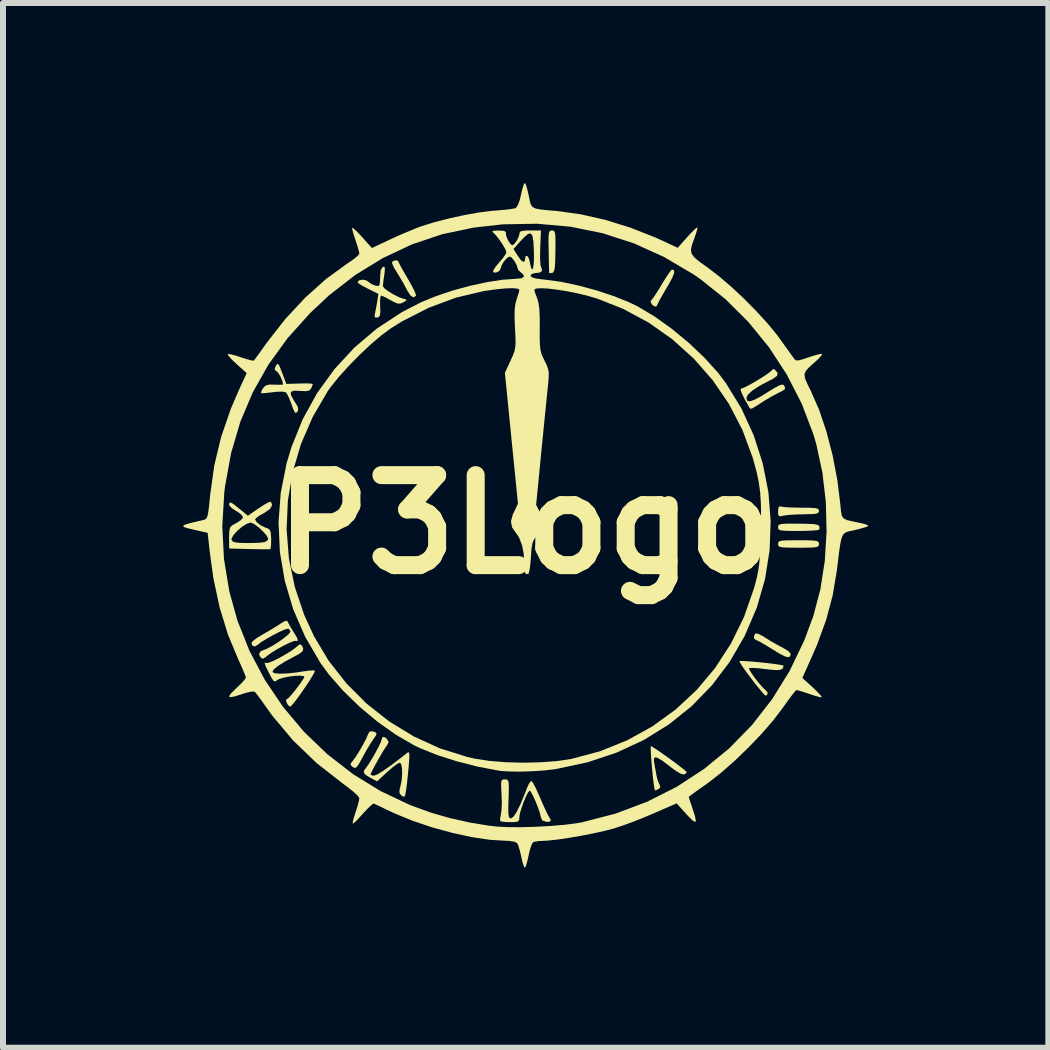
<source format=kicad_pcb>
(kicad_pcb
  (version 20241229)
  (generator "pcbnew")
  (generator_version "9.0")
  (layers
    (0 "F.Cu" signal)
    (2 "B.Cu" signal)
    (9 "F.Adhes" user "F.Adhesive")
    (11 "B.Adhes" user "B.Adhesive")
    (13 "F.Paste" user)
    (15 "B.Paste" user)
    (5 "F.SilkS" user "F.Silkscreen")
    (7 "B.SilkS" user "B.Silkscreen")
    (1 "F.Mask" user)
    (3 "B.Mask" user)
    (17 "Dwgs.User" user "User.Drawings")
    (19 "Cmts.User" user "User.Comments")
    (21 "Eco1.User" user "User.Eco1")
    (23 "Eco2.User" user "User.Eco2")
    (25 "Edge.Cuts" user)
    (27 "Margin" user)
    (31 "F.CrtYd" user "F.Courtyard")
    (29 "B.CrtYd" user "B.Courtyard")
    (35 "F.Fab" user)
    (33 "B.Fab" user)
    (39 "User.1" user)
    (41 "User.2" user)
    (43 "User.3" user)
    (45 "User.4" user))
  (footprint "P3Logo"
    (layer "F.Cu")
    (at 5.7 5.691)
    (property "Reference" "P3Logo" (at 0 0 0) (layer "F.SilkS") (effects (font (size 1.5 1.5) (thickness 0.3))))
    (attr board_only exclude_from_pos_files exclude_from_bom)
    (fp_poly (pts (xy 3.883 1.822) (xy 3.954 1.856) (xy 4.006 1.888) (xy 4.12 1.959) (xy 4.247 2.029) (xy 4.289 2.05) (xy 4.379 2.103) (xy 4.425 2.15) (xy 4.428 2.167) (xy 4.413 2.203) (xy 4.381 2.213) (xy 4.322 2.195) (xy 4.229 2.145) (xy 4.115 2.075) (xy 4.005 2.008) (xy 3.915 1.956) (xy 3.856 1.927) (xy 3.843 1.923) (xy 3.818 1.9) (xy 3.819 1.853) (xy 3.843 1.816)) (stroke (width 0) (type solid)) (fill yes) (layer "F.SilkS"))
    (fp_poly (pts (xy -2.5 3.461) (xy -2.474 3.48) (xy -2.483 3.516) (xy -2.525 3.577) (xy -2.577 3.655) (xy -2.643 3.765) (xy -2.706 3.879) (xy -2.763 3.983) (xy -2.801 4.04) (xy -2.831 4.059) (xy -2.861 4.049) (xy -2.87 4.043) (xy -2.907 4.009) (xy -2.901 3.977) (xy -2.871 3.941) (xy -2.823 3.876) (xy -2.761 3.778) (xy -2.697 3.666) (xy -2.644 3.564) (xy -2.616 3.497) (xy -2.589 3.451) (xy -2.54 3.448)) (stroke (width 0) (type solid)) (fill yes) (layer "F.SilkS"))
    (fp_poly (pts (xy -2.109 -4.381) (xy -2.109 -4.381) (xy -2.094 -4.346) (xy -2.054 -4.27) (xy -1.995 -4.167) (xy -1.954 -4.098) (xy -1.89 -3.984) (xy -1.842 -3.89) (xy -1.818 -3.828) (xy -1.817 -3.811) (xy -1.858 -3.784) (xy -1.908 -3.815) (xy -1.963 -3.9) (xy -1.968 -3.91) (xy -2.02 -4.01) (xy -2.089 -4.126) (xy -2.13 -4.192) (xy -2.182 -4.279) (xy -2.213 -4.346) (xy -2.216 -4.376) (xy -2.179 -4.399) (xy -2.132 -4.402)) (stroke (width 0) (type solid)) (fill yes) (layer "F.SilkS"))
    (fp_poly (pts (xy 2.484 -4.236) (xy 2.487 -4.194) (xy 2.457 -4.117) (xy 2.394 -3.998) (xy 2.356 -3.935) (xy 2.29 -3.821) (xy 2.238 -3.728) (xy 2.208 -3.667) (xy 2.202 -3.652) (xy 2.183 -3.629) (xy 2.141 -3.645) (xy 2.111 -3.672) (xy 2.093 -3.718) (xy 2.104 -3.734) (xy 2.132 -3.768) (xy 2.182 -3.842) (xy 2.246 -3.944) (xy 2.279 -4.001) (xy 2.346 -4.109) (xy 2.402 -4.193) (xy 2.441 -4.242) (xy 2.451 -4.249)) (stroke (width 0) (type solid)) (fill yes) (layer "F.SilkS"))
    (fp_poly (pts (xy 4.567 -0.013) (xy 4.72 -0.01) (xy 4.82 -0.005) (xy 4.879 0.007) (xy 4.905 0.027) (xy 4.909 0.06) (xy 4.905 0.085) (xy 4.874 0.095) (xy 4.794 0.102) (xy 4.677 0.107) (xy 4.559 0.109) (xy 4.41 0.108) (xy 4.312 0.104) (xy 4.254 0.096) (xy 4.227 0.082) (xy 4.218 0.058) (xy 4.218 0.047) (xy 4.222 0.02) (xy 4.24 0.002) (xy 4.283 -0.008) (xy 4.363 -0.013) (xy 4.488 -0.013)) (stroke (width 0) (type solid)) (fill yes) (layer "F.SilkS"))
    (fp_poly (pts (xy 0.477 -4.896) (xy 0.494 -4.878) (xy 0.504 -4.835) (xy 0.508 -4.756) (xy 0.508 -4.631) (xy 0.507 -4.551) (xy 0.504 -4.396) (xy 0.498 -4.293) (xy 0.487 -4.232) (xy 0.471 -4.201) (xy 0.453 -4.192) (xy 0.409 -4.189) (xy 0.402 -4.192) (xy 0.402 -4.225) (xy 0.4 -4.308) (xy 0.397 -4.426) (xy 0.395 -4.551) (xy 0.392 -4.702) (xy 0.393 -4.802) (xy 0.4 -4.861) (xy 0.413 -4.89) (xy 0.435 -4.899) (xy 0.45 -4.9)) (stroke (width 0) (type solid)) (fill yes) (layer "F.SilkS"))
    (fp_poly (pts (xy 4.267 -0.298) (xy 4.318 -0.29) (xy 4.415 -0.283) (xy 4.54 -0.28) (xy 4.608 -0.279) (xy 4.745 -0.278) (xy 4.832 -0.273) (xy 4.879 -0.262) (xy 4.898 -0.242) (xy 4.9 -0.225) (xy 4.893 -0.198) (xy 4.862 -0.181) (xy 4.797 -0.173) (xy 4.685 -0.17) (xy 4.644 -0.169) (xy 4.513 -0.166) (xy 4.395 -0.158) (xy 4.314 -0.148) (xy 4.303 -0.145) (xy 4.244 -0.135) (xy 4.221 -0.159) (xy 4.218 -0.22) (xy 4.225 -0.286) (xy 4.25 -0.303)) (stroke (width 0) (type solid)) (fill yes) (layer "F.SilkS"))
    (fp_poly (pts (xy 4.708 0.264) (xy 4.806 0.268) (xy 4.864 0.276) (xy 4.891 0.291) (xy 4.9 0.314) (xy 4.9 0.326) (xy 4.896 0.353) (xy 4.877 0.371) (xy 4.833 0.381) (xy 4.752 0.386) (xy 4.623 0.388) (xy 4.559 0.388) (xy 4.41 0.387) (xy 4.312 0.384) (xy 4.254 0.375) (xy 4.227 0.361) (xy 4.218 0.337) (xy 4.218 0.326) (xy 4.222 0.298) (xy 4.241 0.281) (xy 4.285 0.27) (xy 4.366 0.265) (xy 4.495 0.264) (xy 4.559 0.264)) (stroke (width 0) (type solid)) (fill yes) (layer "F.SilkS"))
    (fp_poly (pts (xy 3.687 2.279) (xy 3.799 2.287) (xy 3.926 2.299) (xy 4.055 2.313) (xy 4.171 2.327) (xy 4.26 2.341) (xy 4.307 2.352) (xy 4.31 2.355) (xy 4.299 2.398) (xy 4.261 2.422) (xy 4.186 2.428) (xy 4.065 2.418) (xy 4.009 2.411) (xy 3.889 2.397) (xy 3.795 2.391) (xy 3.741 2.393) (xy 3.735 2.396) (xy 3.743 2.427) (xy 3.782 2.489) (xy 3.839 2.569) (xy 3.905 2.652) (xy 3.967 2.722) (xy 4.015 2.766) (xy 4.02 2.77) (xy 4.046 2.807) (xy 4.034 2.844) (xy 4.007 2.852) (xy 3.98 2.828) (xy 3.926 2.764) (xy 3.85 2.671) (xy 3.773 2.571) (xy 3.689 2.459) (xy 3.624 2.366) (xy 3.583 2.302) (xy 3.573 2.278) (xy 3.607 2.275)) (stroke (width 0) (type solid)) (fill yes) (layer "F.SilkS"))
    (fp_poly (pts (xy 2.123 3.707) (xy 2.188 3.748) (xy 2.278 3.81) (xy 2.381 3.883) (xy 2.487 3.96) (xy 2.582 4.032) (xy 2.654 4.089) (xy 2.693 4.124) (xy 2.696 4.129) (xy 2.674 4.156) (xy 2.651 4.167) (xy 2.601 4.157) (xy 2.517 4.109) (xy 2.412 4.031) (xy 2.291 3.939) (xy 2.209 3.889) (xy 2.162 3.882) (xy 2.147 3.917) (xy 2.152 3.962) (xy 2.168 4.051) (xy 2.187 4.156) (xy 2.189 4.171) (xy 2.21 4.261) (xy 2.237 4.327) (xy 2.243 4.336) (xy 2.256 4.381) (xy 2.231 4.406) (xy 2.182 4.431) (xy 2.168 4.434) (xy 2.158 4.406) (xy 2.146 4.327) (xy 2.132 4.211) (xy 2.118 4.071) (xy 2.106 3.927) (xy 2.098 3.809) (xy 2.095 3.727) (xy 2.096 3.695)) (stroke (width 0) (type solid)) (fill yes) (layer "F.SilkS"))
    (fp_poly (pts (xy 4.171 -2.574) (xy 4.212 -2.523) (xy 4.2 -2.476) (xy 4.131 -2.426) (xy 4.087 -2.404) (xy 3.916 -2.314) (xy 3.79 -2.232) (xy 3.713 -2.16) (xy 3.691 -2.11) (xy 3.703 -2.063) (xy 3.744 -2.051) (xy 3.819 -2.075) (xy 3.933 -2.135) (xy 4.044 -2.204) (xy 4.166 -2.279) (xy 4.247 -2.321) (xy 4.295 -2.332) (xy 4.315 -2.32) (xy 4.336 -2.28) (xy 4.327 -2.251) (xy 4.28 -2.22) (xy 4.215 -2.188) (xy 4.116 -2.136) (xy 3.999 -2.067) (xy 3.934 -2.025) (xy 3.842 -1.966) (xy 3.789 -1.935) (xy 3.762 -1.927) (xy 3.748 -1.937) (xy 3.742 -1.946) (xy 3.664 -2.083) (xy 3.614 -2.185) (xy 3.593 -2.247) (xy 3.602 -2.264) (xy 3.648 -2.279) (xy 3.727 -2.319) (xy 3.826 -2.374) (xy 3.93 -2.437) (xy 4.023 -2.497) (xy 4.093 -2.548) (xy 4.124 -2.579) (xy 4.125 -2.581) (xy 4.143 -2.592)) (stroke (width 0) (type solid)) (fill yes) (layer "F.SilkS"))
    (fp_poly (pts (xy -3.956 1.618) (xy -3.947 1.636) (xy -3.916 1.696) (xy -3.867 1.777) (xy -3.855 1.795) (xy -3.804 1.879) (xy -3.785 1.932) (xy -3.798 1.946) (xy -3.814 1.939) (xy -3.854 1.944) (xy -3.93 1.975) (xy -4.028 2.023) (xy -4.133 2.081) (xy -4.228 2.14) (xy -4.298 2.191) (xy -4.314 2.205) (xy -4.365 2.238) (xy -4.401 2.224) (xy -4.433 2.163) (xy -4.407 2.115) (xy -4.365 2.097) (xy -4.291 2.067) (xy -4.197 2.015) (xy -4.097 1.951) (xy -4.005 1.885) (xy -3.937 1.827) (xy -3.908 1.787) (xy -3.908 1.784) (xy -3.932 1.742) (xy -3.953 1.737) (xy -4.005 1.752) (xy -4.093 1.791) (xy -4.198 1.845) (xy -4.304 1.904) (xy -4.394 1.959) (xy -4.45 2.002) (xy -4.456 2.008) (xy -4.505 2.035) (xy -4.548 2.014) (xy -4.559 1.975) (xy -4.534 1.942) (xy -4.468 1.892) (xy -4.396 1.848) (xy -4.278 1.78) (xy -4.156 1.706) (xy -4.1 1.67) (xy -4.021 1.621) (xy -3.978 1.604)) (stroke (width 0) (type solid)) (fill yes) (layer "F.SilkS"))
    (fp_poly (pts (xy -4.113 -2.673) (xy -4.088 -2.63) (xy -4.052 -2.538) (xy -4.047 -2.526) (xy -3.978 -2.342) (xy -3.757 -2.349) (xy -3.649 -2.351) (xy -3.57 -2.348) (xy -3.536 -2.341) (xy -3.536 -2.34) (xy -3.549 -2.301) (xy -3.565 -2.266) (xy -3.595 -2.233) (xy -3.649 -2.221) (xy -3.744 -2.225) (xy -3.751 -2.226) (xy -3.853 -2.229) (xy -3.902 -2.209) (xy -3.902 -2.159) (xy -3.856 -2.073) (xy -3.833 -2.038) (xy -3.787 -1.961) (xy -3.779 -1.911) (xy -3.795 -1.877) (xy -3.818 -1.857) (xy -3.84 -1.874) (xy -3.868 -1.936) (xy -3.89 -1.999) (xy -3.928 -2.098) (xy -3.964 -2.172) (xy -3.984 -2.201) (xy -4.035 -2.213) (xy -4.129 -2.212) (xy -4.203 -2.204) (xy -4.303 -2.192) (xy -4.375 -2.187) (xy -4.4 -2.189) (xy -4.394 -2.22) (xy -4.367 -2.27) (xy -4.326 -2.313) (xy -4.269 -2.331) (xy -4.176 -2.33) (xy -4.091 -2.328) (xy -4.039 -2.331) (xy -4.032 -2.335) (xy -4.046 -2.398) (xy -4.08 -2.474) (xy -4.12 -2.535) (xy -4.144 -2.556) (xy -4.173 -2.58) (xy -4.16 -2.627) (xy -4.153 -2.641) (xy -4.132 -2.674)) (stroke (width 0) (type solid)) (fill yes) (layer "F.SilkS"))
    (fp_poly (pts (xy -2.334 -4.26) (xy -2.342 -4.18) (xy -2.344 -4.167) (xy -2.358 -4.069) (xy -2.367 -3.993) (xy -2.369 -3.974) (xy -2.345 -3.937) (xy -2.281 -3.888) (xy -2.193 -3.835) (xy -2.1 -3.788) (xy -2.018 -3.758) (xy -1.985 -3.753) (xy -1.974 -3.739) (xy -2.014 -3.709) (xy -2.021 -3.705) (xy -2.076 -3.681) (xy -2.125 -3.682) (xy -2.192 -3.712) (xy -2.238 -3.737) (xy -2.321 -3.782) (xy -2.382 -3.81) (xy -2.399 -3.814) (xy -2.411 -3.786) (xy -2.416 -3.714) (xy -2.414 -3.637) (xy -2.411 -3.535) (xy -2.419 -3.479) (xy -2.442 -3.454) (xy -2.462 -3.448) (xy -2.503 -3.45) (xy -2.506 -3.491) (xy -2.502 -3.509) (xy -2.486 -3.587) (xy -2.467 -3.689) (xy -2.463 -3.712) (xy -2.443 -3.843) (xy -2.617 -3.928) (xy -2.708 -3.976) (xy -2.771 -4.015) (xy -2.791 -4.036) (xy -2.766 -4.068) (xy -2.709 -4.08) (xy -2.647 -4.069) (xy -2.62 -4.051) (xy -2.56 -4.008) (xy -2.491 -3.979) (xy -2.438 -3.975) (xy -2.43 -3.98) (xy -2.42 -4.018) (xy -2.415 -4.095) (xy -2.414 -4.135) (xy -2.404 -4.241) (xy -2.373 -4.29) (xy -2.368 -4.293) (xy -2.342 -4.294)) (stroke (width 0) (type solid)) (fill yes) (layer "F.SilkS"))
    (fp_poly (pts (xy -2.33 3.549) (xy -2.295 3.583) (xy -2.272 3.63) (xy -2.299 3.68) (xy -2.301 3.683) (xy -2.335 3.732) (xy -2.386 3.814) (xy -2.443 3.913) (xy -2.499 4.014) (xy -2.545 4.101) (xy -2.571 4.157) (xy -2.574 4.169) (xy -2.548 4.184) (xy -2.515 4.187) (xy -2.46 4.166) (xy -2.362 4.106) (xy -2.223 4.008) (xy -2.046 3.873) (xy -1.958 3.803) (xy -1.938 3.796) (xy -1.928 3.819) (xy -1.927 3.883) (xy -1.935 3.997) (xy -1.938 4.033) (xy -1.952 4.174) (xy -1.966 4.31) (xy -1.979 4.414) (xy -1.981 4.429) (xy -1.996 4.509) (xy -2.013 4.54) (xy -2.043 4.53) (xy -2.055 4.522) (xy -2.089 4.484) (xy -2.092 4.429) (xy -2.078 4.373) (xy -2.056 4.268) (xy -2.047 4.158) (xy -2.05 4.061) (xy -2.064 3.993) (xy -2.087 3.97) (xy -2.128 3.99) (xy -2.199 4.042) (xy -2.285 4.116) (xy -2.296 4.126) (xy -2.465 4.282) (xy -2.569 4.227) (xy -2.654 4.176) (xy -2.688 4.136) (xy -2.679 4.095) (xy -2.659 4.069) (xy -2.612 4.005) (xy -2.554 3.912) (xy -2.493 3.806) (xy -2.439 3.704) (xy -2.401 3.623) (xy -2.388 3.58) (xy -2.372 3.54)) (stroke (width 0) (type solid)) (fill yes) (layer "F.SilkS"))
    (fp_poly (pts (xy -3.727 2.008) (xy -3.718 2.02) (xy -3.695 2.073) (xy -3.71 2.117) (xy -3.771 2.162) (xy -3.836 2.197) (xy -3.997 2.284) (xy -4.117 2.358) (xy -4.189 2.418) (xy -4.209 2.458) (xy -4.209 2.459) (xy -4.171 2.48) (xy -4.083 2.488) (xy -3.955 2.483) (xy -3.799 2.466) (xy -3.695 2.449) (xy -3.597 2.436) (xy -3.525 2.432) (xy -3.502 2.436) (xy -3.509 2.465) (xy -3.546 2.531) (xy -3.603 2.623) (xy -3.673 2.727) (xy -3.746 2.833) (xy -3.816 2.928) (xy -3.873 2.999) (xy -3.909 3.036) (xy -3.914 3.038) (xy -3.945 3.015) (xy -3.97 2.977) (xy -3.986 2.926) (xy -3.972 2.915) (xy -3.941 2.892) (xy -3.886 2.832) (xy -3.819 2.749) (xy -3.75 2.657) (xy -3.691 2.57) (xy -3.677 2.548) (xy -3.689 2.528) (xy -3.745 2.521) (xy -3.831 2.523) (xy -3.928 2.535) (xy -4.023 2.554) (xy -4.098 2.577) (xy -4.131 2.596) (xy -4.163 2.617) (xy -4.191 2.607) (xy -4.225 2.556) (xy -4.262 2.485) (xy -4.314 2.38) (xy -4.337 2.321) (xy -4.335 2.301) (xy -4.311 2.31) (xy -4.271 2.305) (xy -4.194 2.274) (xy -4.096 2.225) (xy -3.991 2.166) (xy -3.894 2.106) (xy -3.821 2.052) (xy -3.805 2.037) (xy -3.757 1.999)) (stroke (width 0) (type solid)) (fill yes) (layer "F.SilkS"))
    (fp_poly (pts (xy -0.303 4.251) (xy -0.283 4.265) (xy -0.273 4.302) (xy -0.269 4.372) (xy -0.271 4.488) (xy -0.274 4.574) (xy -0.278 4.721) (xy -0.277 4.816) (xy -0.269 4.871) (xy -0.254 4.895) (xy -0.234 4.9) (xy -0.191 4.871) (xy -0.136 4.786) (xy -0.07 4.651) (xy 0.004 4.471) (xy 0.029 4.404) (xy 0.064 4.325) (xy 0.097 4.281) (xy 0.11 4.277) (xy 0.134 4.309) (xy 0.175 4.385) (xy 0.225 4.494) (xy 0.259 4.571) (xy 0.313 4.695) (xy 0.36 4.797) (xy 0.395 4.865) (xy 0.406 4.883) (xy 0.433 4.932) (xy 0.405 4.956) (xy 0.352 4.956) (xy 0.286 4.932) (xy 0.262 4.869) (xy 0.262 4.869) (xy 0.247 4.806) (xy 0.216 4.716) (xy 0.177 4.617) (xy 0.135 4.526) (xy 0.1 4.459) (xy 0.079 4.435) (xy 0.054 4.462) (xy 0.018 4.531) (xy -0.021 4.624) (xy -0.057 4.724) (xy -0.084 4.814) (xy -0.093 4.873) (xy -0.097 4.926) (xy -0.12 4.953) (xy -0.177 4.961) (xy -0.243 4.962) (xy -0.334 4.959) (xy -0.397 4.95) (xy -0.411 4.944) (xy -0.415 4.905) (xy -0.402 4.835) (xy -0.402 4.833) (xy -0.391 4.757) (xy -0.386 4.642) (xy -0.39 4.512) (xy -0.391 4.494) (xy -0.397 4.372) (xy -0.397 4.299) (xy -0.387 4.263) (xy -0.363 4.25) (xy -0.335 4.249)) (stroke (width 0) (type solid)) (fill yes) (layer "F.SilkS"))
    (fp_poly (pts (xy -4.235 -0.379) (xy -4.214 -0.323) (xy -4.249 -0.26) (xy -4.335 -0.198) (xy -4.357 -0.186) (xy -4.438 -0.14) (xy -4.488 -0.099) (xy -4.497 -0.082) (xy -4.471 -0.037) (xy -4.407 0.013) (xy -4.325 0.054) (xy -4.295 0.063) (xy -4.258 0.084) (xy -4.238 0.131) (xy -4.231 0.221) (xy -4.23 0.243) (xy -4.232 0.335) (xy -4.239 0.397) (xy -4.246 0.412) (xy -4.283 0.414) (xy -4.368 0.414) (xy -4.488 0.412) (xy -4.598 0.41) (xy -4.931 0.401) (xy -4.931 0.236) (xy -4.891 0.236) (xy -4.891 0.258) (xy -4.87 0.285) (xy -4.823 0.301) (xy -4.739 0.308) (xy -4.625 0.31) (xy -4.501 0.308) (xy -4.399 0.302) (xy -4.335 0.293) (xy -4.329 0.291) (xy -4.286 0.258) (xy -4.28 0.238) (xy -4.303 0.189) (xy -4.361 0.121) (xy -4.436 0.051) (xy -4.51 -0.004) (xy -4.568 -0.031) (xy -4.573 -0.031) (xy -4.637 -0.011) (xy -4.716 0.039) (xy -4.795 0.106) (xy -4.858 0.176) (xy -4.891 0.236) (xy -4.931 0.236) (xy -4.931 0.219) (xy -4.929 0.116) (xy -4.917 0.056) (xy -4.886 0.018) (xy -4.826 -0.015) (xy -4.815 -0.021) (xy -4.742 -0.066) (xy -4.702 -0.109) (xy -4.699 -0.121) (xy -4.724 -0.161) (xy -4.787 -0.209) (xy -4.815 -0.225) (xy -4.887 -0.272) (xy -4.928 -0.317) (xy -4.931 -0.329) (xy -4.926 -0.362) (xy -4.903 -0.365) (xy -4.854 -0.336) (xy -4.77 -0.269) (xy -4.757 -0.259) (xy -4.618 -0.145) (xy -4.436 -0.271) (xy -4.344 -0.331) (xy -4.273 -0.369) (xy -4.237 -0.38)) (stroke (width 0) (type solid)) (fill yes) (layer "F.SilkS"))
    (fp_poly (pts (xy 0.254 -4.605) (xy 0.251 -4.435) (xy 0.259 -4.321) (xy 0.276 -4.268) (xy 0.286 -4.226) (xy 0.242 -4.197) (xy 0.153 -4.187) (xy 0.104 -4.168) (xy 0.093 -4.144) (xy 0.114 -4.119) (xy 0.18 -4.099) (xy 0.299 -4.083) (xy 0.333 -4.08) (xy 0.601 -4.044) (xy 0.896 -3.981) (xy 1.199 -3.899) (xy 1.491 -3.802) (xy 1.751 -3.696) (xy 1.875 -3.636) (xy 2.157 -3.468) (xy 2.447 -3.261) (xy 2.729 -3.028) (xy 2.99 -2.78) (xy 3.216 -2.531) (xy 3.348 -2.357) (xy 3.607 -1.934) (xy 3.812 -1.486) (xy 3.962 -1.02) (xy 4.057 -0.541) (xy 4.095 -0.056) (xy 4.077 0.43) (xy 4.001 0.911) (xy 3.866 1.38) (xy 3.86 1.396) (xy 3.66 1.862) (xy 3.411 2.291) (xy 3.117 2.68) (xy 2.779 3.028) (xy 2.401 3.332) (xy 1.983 3.591) (xy 1.53 3.802) (xy 1.044 3.964) (xy 0.526 4.075) (xy 0.496 4.08) (xy 0.324 4.1) (xy 0.129 4.113) (xy -0.069 4.12) (xy -0.252 4.118) (xy -0.399 4.109) (xy -0.434 4.104) (xy -0.787 4.037) (xy -1.135 3.948) (xy -1.461 3.844) (xy -1.748 3.729) (xy -1.845 3.683) (xy -2.147 3.508) (xy -2.455 3.291) (xy -2.753 3.042) (xy -3.029 2.774) (xy -3.269 2.5) (xy -3.407 2.312) (xy -3.663 1.874) (xy -3.862 1.417) (xy -4.003 0.943) (xy -4.085 0.459) (xy -4.102 0.084) (xy -3.973 0.084) (xy -3.935 0.564) (xy -3.837 1.04) (xy -3.68 1.508) (xy -3.518 1.861) (xy -3.272 2.272) (xy -2.976 2.649) (xy -2.638 2.988) (xy -2.262 3.284) (xy -1.854 3.533) (xy -1.419 3.732) (xy -0.962 3.875) (xy -0.837 3.904) (xy -0.601 3.94) (xy -0.325 3.963) (xy -0.029 3.971) (xy 0.266 3.964) (xy 0.541 3.943) (xy 0.77 3.909) (xy 1.252 3.78) (xy 1.705 3.597) (xy 2.126 3.364) (xy 2.513 3.083) (xy 2.862 2.758) (xy 3.17 2.391) (xy 3.434 1.984) (xy 3.65 1.543) (xy 3.816 1.068) (xy 3.833 1.008) (xy 3.865 0.883) (xy 3.888 0.769) (xy 3.905 0.651) (xy 3.916 0.514) (xy 3.925 0.344) (xy 3.931 0.133) (xy 3.935 -0.13) (xy 3.932 -0.346) (xy 3.92 -0.532) (xy 3.897 -0.701) (xy 3.862 -0.87) (xy 3.812 -1.055) (xy 3.794 -1.116) (xy 3.625 -1.573) (xy 3.403 -2.002) (xy 3.132 -2.4) (xy 2.815 -2.762) (xy 2.457 -3.085) (xy 2.062 -3.364) (xy 1.634 -3.594) (xy 1.195 -3.767) (xy 1.04 -3.812) (xy 0.871 -3.853) (xy 0.699 -3.887) (xy 0.534 -3.913) (xy 0.387 -3.931) (xy 0.268 -3.937) (xy 0.187 -3.932) (xy 0.155 -3.913) (xy 0.155 -3.911) (xy 0.166 -3.868) (xy 0.194 -3.792) (xy 0.203 -3.771) (xy 0.225 -3.693) (xy 0.24 -3.584) (xy 0.246 -3.432) (xy 0.246 -3.275) (xy 0.245 -3.112) (xy 0.249 -2.995) (xy 0.258 -2.91) (xy 0.275 -2.841) (xy 0.304 -2.774) (xy 0.326 -2.729) (xy 0.363 -2.654) (xy 0.385 -2.593) (xy 0.396 -2.53) (xy 0.395 -2.448) (xy 0.385 -2.331) (xy 0.375 -2.235) (xy 0.362 -2.11) (xy 0.345 -1.937) (xy 0.324 -1.728) (xy 0.301 -1.498) (xy 0.277 -1.259) (xy 0.263 -1.116) (xy 0.186 -0.326) (xy 0.253 -0.199) (xy 0.298 -0.08) (xy 0.293 0.026) (xy 0.235 0.137) (xy 0.196 0.187) (xy 0.153 0.245) (xy 0.126 0.308) (xy 0.11 0.394) (xy 0.1 0.52) (xy 0.099 0.547) (xy 0.089 0.668) (xy 0.075 0.764) (xy 0.06 0.82) (xy 0.055 0.826) (xy 0.014 0.826) (xy -0.013 0.776) (xy -0.023 0.69) (xy -0.019 0.636) (xy -0.02 0.497) (xy -0.048 0.351) (xy -0.097 0.221) (xy -0.145 0.149) (xy -0.215 0.05) (xy -0.234 -0.049) (xy -0.203 -0.165) (xy -0.185 -0.204) (xy -0.117 -0.345) (xy -0.226 -1.436) (xy -0.335 -2.528) (xy -0.241 -2.729) (xy -0.2 -2.82) (xy -0.174 -2.892) (xy -0.16 -2.964) (xy -0.157 -3.052) (xy -0.161 -3.173) (xy -0.167 -3.276) (xy -0.174 -3.451) (xy -0.172 -3.58) (xy -0.16 -3.677) (xy -0.139 -3.753) (xy -0.111 -3.838) (xy -0.095 -3.899) (xy -0.093 -3.912) (xy -0.122 -3.93) (xy -0.202 -3.938) (xy -0.324 -3.934) (xy -0.479 -3.919) (xy -0.656 -3.894) (xy -0.685 -3.89) (xy -1.15 -3.78) (xy -1.608 -3.61) (xy -2.052 -3.383) (xy -2.242 -3.264) (xy -2.396 -3.15) (xy -2.572 -3) (xy -2.758 -2.825) (xy -2.939 -2.64) (xy -3.104 -2.457) (xy -3.238 -2.291) (xy -3.285 -2.225) (xy -3.539 -1.79) (xy -3.735 -1.337) (xy -3.872 -0.871) (xy -3.952 -0.396) (xy -3.973 0.084) (xy -4.102 0.084) (xy -4.108 -0.032) (xy -4.071 -0.525) (xy -3.974 -1.016) (xy -3.891 -1.293) (xy -3.703 -1.757) (xy -3.464 -2.19) (xy -3.175 -2.589) (xy -2.842 -2.949) (xy -2.467 -3.266) (xy -2.054 -3.537) (xy -1.731 -3.704) (xy -1.484 -3.805) (xy -1.21 -3.897) (xy -0.923 -3.976) (xy -0.641 -4.037) (xy -0.38 -4.078) (xy -0.157 -4.094) (xy -0.145 -4.094) (xy -0.055 -4.104) (xy -0.016 -4.132) (xy -0.032 -4.171) (xy -0.061 -4.193) (xy -0.11 -4.239) (xy -0.124 -4.273) (xy -0.141 -4.33) (xy -0.18 -4.397) (xy -0.225 -4.45) (xy -0.254 -4.466) (xy -0.3 -4.441) (xy -0.351 -4.384) (xy -0.391 -4.317) (xy -0.402 -4.275) (xy -0.429 -4.223) (xy -0.486 -4.196) (xy -0.531 -4.205) (xy -0.528 -4.235) (xy -0.49 -4.295) (xy -0.436 -4.359) (xy -0.368 -4.439) (xy -0.323 -4.505) (xy -0.31 -4.536) (xy -0.328 -4.587) (xy -0.33 -4.591) (xy -0.192 -4.591) (xy -0.124 -4.482) (xy -0.067 -4.404) (xy -0.025 -4.374) (xy -0.002 -4.395) (xy 0 -4.418) (xy 0.011 -4.473) (xy 0.036 -4.477) (xy 0.064 -4.437) (xy 0.081 -4.374) (xy 0.1 -4.282) (xy 0.119 -4.248) (xy 0.134 -4.267) (xy 0.145 -4.336) (xy 0.15 -4.449) (xy 0.148 -4.551) (xy 0.141 -4.708) (xy 0.125 -4.807) (xy 0.098 -4.85) (xy 0.053 -4.843) (xy -0.013 -4.787) (xy -0.074 -4.723) (xy -0.192 -4.591) (xy -0.33 -4.591) (xy -0.373 -4.666) (xy -0.431 -4.752) (xy -0.49 -4.826) (xy -0.525 -4.86) (xy -0.546 -4.884) (xy -0.522 -4.895) (xy -0.446 -4.899) (xy -0.439 -4.899) (xy -0.351 -4.894) (xy -0.318 -4.874) (xy -0.319 -4.861) (xy -0.314 -4.813) (xy -0.287 -4.744) (xy -0.249 -4.683) (xy -0.215 -4.652) (xy -0.212 -4.652) (xy -0.175 -4.677) (xy -0.133 -4.736) (xy -0.101 -4.805) (xy -0.093 -4.845) (xy -0.084 -4.877) (xy -0.046 -4.893) (xy 0.033 -4.9) (xy 0.087 -4.9) (xy 0.266 -4.9)) (stroke (width 0) (type solid)) (fill yes) (layer "F.SilkS"))
    (fp_poly (pts (xy -0.0001 -5.691) (xy 0.018 -5.655) (xy 0.041 -5.575) (xy 0.064 -5.475) (xy 0.081 -5.389) (xy 0.099 -5.329) (xy 0.128 -5.289) (xy 0.179 -5.265) (xy 0.262 -5.249) (xy 0.387 -5.236) (xy 0.527 -5.225) (xy 0.92 -5.171) (xy 1.337 -5.077) (xy 1.759 -4.946) (xy 2.17 -4.784) (xy 2.262 -4.743) (xy 2.545 -4.611) (xy 2.703 -4.788) (xy 2.779 -4.87) (xy 2.839 -4.928) (xy 2.871 -4.952) (xy 2.874 -4.952) (xy 2.871 -4.918) (xy 2.849 -4.845) (xy 2.824 -4.772) (xy 2.784 -4.662) (xy 2.766 -4.58) (xy 2.777 -4.514) (xy 2.821 -4.452) (xy 2.905 -4.381) (xy 3.034 -4.289) (xy 3.047 -4.28) (xy 3.232 -4.138) (xy 3.439 -3.961) (xy 3.652 -3.761) (xy 3.86 -3.551) (xy 4.048 -3.345) (xy 4.202 -3.157) (xy 4.243 -3.101) (xy 4.327 -2.984) (xy 4.401 -2.881) (xy 4.455 -2.805) (xy 4.476 -2.776) (xy 4.501 -2.745) (xy 4.53 -2.732) (xy 4.577 -2.738) (xy 4.659 -2.762) (xy 4.728 -2.786) (xy 4.833 -2.819) (xy 4.913 -2.839) (xy 4.952 -2.843) (xy 4.953 -2.842) (xy 4.941 -2.815) (xy 4.893 -2.762) (xy 4.851 -2.723) (xy 4.748 -2.631) (xy 4.684 -2.564) (xy 4.658 -2.504) (xy 4.667 -2.435) (xy 4.707 -2.341) (xy 4.763 -2.228) (xy 4.903 -1.909) (xy 5.026 -1.543) (xy 5.129 -1.146) (xy 5.207 -0.733) (xy 5.256 -0.335) (xy 5.267 -0.219) (xy 5.281 -0.145) (xy 5.311 -0.1) (xy 5.369 -0.072) (xy 5.468 -0.049) (xy 5.562 -0.03) (xy 5.654 -0.009) (xy 5.711 0.012) (xy 5.722 0.026) (xy 5.684 0.043) (xy 5.603 0.067) (xy 5.496 0.094) (xy 5.495 0.094) (xy 5.421 0.11) (xy 5.366 0.124) (xy 5.325 0.146) (xy 5.294 0.184) (xy 5.272 0.245) (xy 5.253 0.338) (xy 5.234 0.471) (xy 5.212 0.652) (xy 5.196 0.779) (xy 5.128 1.185) (xy 5.021 1.586) (xy 4.871 1.998) (xy 4.791 2.182) (xy 4.623 2.559) (xy 4.801 2.72) (xy 4.879 2.796) (xy 4.931 2.853) (xy 4.947 2.881) (xy 4.944 2.883) (xy 4.898 2.874) (xy 4.814 2.85) (xy 4.73 2.822) (xy 4.631 2.789) (xy 4.556 2.767) (xy 4.525 2.76) (xy 4.499 2.784) (xy 4.447 2.85) (xy 4.375 2.946) (xy 4.292 3.063) (xy 4.139 3.264) (xy 3.947 3.486) (xy 3.729 3.714) (xy 3.5 3.935) (xy 3.273 4.135) (xy 3.061 4.301) (xy 3.032 4.322) (xy 2.914 4.405) (xy 2.818 4.474) (xy 2.753 4.522) (xy 2.729 4.542) (xy 2.729 4.542) (xy 2.738 4.573) (xy 2.763 4.645) (xy 2.791 4.73) (xy 2.833 4.861) (xy 2.848 4.937) (xy 2.835 4.96) (xy 2.791 4.932) (xy 2.714 4.855) (xy 2.69 4.829) (xy 2.528 4.649) (xy 2.132 4.821) (xy 1.959 4.894) (xy 1.78 4.964) (xy 1.614 5.024) (xy 1.483 5.067) (xy 1.48 5.068) (xy 1.324 5.108) (xy 1.137 5.15) (xy 0.935 5.189) (xy 0.734 5.224) (xy 0.55 5.251) (xy 0.398 5.268) (xy 0.314 5.273) (xy 0.22 5.278) (xy 0.151 5.29) (xy 0.135 5.296) (xy 0.111 5.336) (xy 0.083 5.419) (xy 0.061 5.513) (xy 0.038 5.616) (xy 0.015 5.692) (xy -0.000264 5.722) (xy -0.017 5.702) (xy -0.04 5.635) (xy -0.061 5.543) (xy -0.086 5.436) (xy -0.112 5.35) (xy -0.131 5.311) (xy -0.179 5.288) (xy -0.267 5.274) (xy -0.322 5.272) (xy -0.587 5.256) (xy -0.89 5.211) (xy -1.215 5.14) (xy -1.547 5.049) (xy -1.871 4.94) (xy -2.172 4.817) (xy -2.302 4.756) (xy -2.404 4.706) (xy -2.483 4.669) (xy -2.523 4.652) (xy -2.525 4.652) (xy -2.558 4.675) (xy -2.623 4.737) (xy -2.71 4.83) (xy -2.771 4.898) (xy -2.827 4.956) (xy -2.865 4.985) (xy -2.871 4.985) (xy -2.869 4.952) (xy -2.85 4.877) (xy -2.822 4.792) (xy -2.789 4.688) (xy -2.767 4.602) (xy -2.761 4.562) (xy -2.786 4.524) (xy -2.851 4.462) (xy -2.947 4.385) (xy -3.027 4.326) (xy -3.47 3.98) (xy -3.867 3.598) (xy -4.214 3.184) (xy -4.318 3.039) (xy -4.392 2.934) (xy -4.455 2.849) (xy -4.497 2.796) (xy -4.507 2.787) (xy -4.551 2.785) (xy -4.632 2.802) (xy -4.708 2.825) (xy -4.837 2.866) (xy -4.911 2.88) (xy -4.932 2.865) (xy -4.902 2.819) (xy -4.824 2.741) (xy -4.815 2.733) (xy -4.734 2.655) (xy -4.676 2.591) (xy -4.652 2.554) (xy -4.652 2.553) (xy -4.664 2.512) (xy -4.698 2.43) (xy -4.746 2.32) (xy -4.777 2.254) (xy -4.953 1.829) (xy -5.09 1.381) (xy -5.193 0.899) (xy -5.253 0.465) (xy -5.289 0.14) (xy -5.475 0.098) (xy -5.599 0.069) (xy -5.675 0.047) (xy -5.7 0.027) (xy -5.7 0.027) (xy -5.045 0.027) (xy -5.017 0.575) (xy -4.928 1.115) (xy -4.793 1.601) (xy -4.59 2.111) (xy -4.335 2.592) (xy -4.031 3.042) (xy -3.683 3.456) (xy -3.294 3.83) (xy -2.867 4.161) (xy -2.407 4.444) (xy -1.918 4.676) (xy -1.569 4.803) (xy -1.249 4.895) (xy -0.917 4.969) (xy -0.599 5.021) (xy -0.465 5.036) (xy -0.285 5.045) (xy -0.066 5.046) (xy 0.176 5.039) (xy 0.421 5.026) (xy 0.651 5.007) (xy 0.85 4.982) (xy 0.953 4.964) (xy 1.509 4.82) (xy 2.035 4.622) (xy 2.527 4.374) (xy 2.984 4.076) (xy 3.404 3.732) (xy 3.783 3.344) (xy 4.12 2.912) (xy 4.411 2.441) (xy 4.656 1.931) (xy 4.806 1.526) (xy 4.923 1.084) (xy 4.997 0.61) (xy 5.027 0.119) (xy 5.014 -0.377) (xy 4.957 -0.865) (xy 4.857 -1.331) (xy 4.805 -1.508) (xy 4.612 -2.014) (xy 4.364 -2.497) (xy 4.067 -2.953) (xy 3.723 -3.375) (xy 3.339 -3.757) (xy 2.919 -4.092) (xy 2.805 -4.17) (xy 2.319 -4.457) (xy 1.816 -4.685) (xy 1.294 -4.854) (xy 0.756 -4.963) (xy 0.201 -5.012) (xy -0.37 -5.002) (xy -0.853 -4.948) (xy -1.376 -4.838) (xy -1.881 -4.669) (xy -2.365 -4.442) (xy -2.827 -4.159) (xy -3.264 -3.82) (xy -3.582 -3.522) (xy -3.958 -3.103) (xy -4.276 -2.664) (xy -4.537 -2.201) (xy -4.744 -1.712) (xy -4.897 -1.194) (xy -4.998 -0.643) (xy -5.012 -0.53) (xy -5.045 0.027) (xy -5.7 0.027) (xy -5.673 0.006) (xy -5.591 -0.02) (xy -5.451 -0.053) (xy -5.364 -0.073) (xy -5.332 -0.083) (xy -5.309 -0.102) (xy -5.292 -0.141) (xy -5.278 -0.21) (xy -5.264 -0.32) (xy -5.249 -0.481) (xy -5.248 -0.487) (xy -5.179 -0.982) (xy -5.065 -1.456) (xy -4.903 -1.927) (xy -4.766 -2.246) (xy -4.639 -2.522) (xy -4.806 -2.672) (xy -4.885 -2.747) (xy -4.938 -2.806) (xy -4.956 -2.838) (xy -4.955 -2.839) (xy -4.92 -2.839) (xy -4.842 -2.82) (xy -4.739 -2.788) (xy -4.735 -2.786) (xy -4.632 -2.753) (xy -4.555 -2.733) (xy -4.519 -2.73) (xy -4.519 -2.73) (xy -4.497 -2.76) (xy -4.446 -2.829) (xy -4.375 -2.928) (xy -4.297 -3.037) (xy -3.993 -3.426) (xy -3.663 -3.78) (xy -3.317 -4.09) (xy -2.965 -4.347) (xy -2.954 -4.353) (xy -2.86 -4.418) (xy -2.791 -4.474) (xy -2.761 -4.51) (xy -2.76 -4.513) (xy -2.77 -4.56) (xy -2.794 -4.645) (xy -2.822 -4.73) (xy -2.855 -4.83) (xy -2.877 -4.909) (xy -2.883 -4.944) (xy -2.865 -4.938) (xy -2.815 -4.895) (xy -2.743 -4.821) (xy -2.717 -4.792) (xy -2.551 -4.607) (xy -2.245 -4.751) (xy -2.09 -4.822) (xy -1.927 -4.891) (xy -1.782 -4.95) (xy -1.72 -4.972) (xy -1.512 -5.037) (xy -1.271 -5.099) (xy -1.016 -5.155) (xy -0.77 -5.199) (xy -0.553 -5.227) (xy -0.481 -5.232) (xy -0.351 -5.243) (xy -0.241 -5.256) (xy -0.169 -5.269) (xy -0.153 -5.274) (xy -0.121 -5.318) (xy -0.087 -5.409) (xy -0.065 -5.502) (xy -0.041 -5.602) (xy -0.018 -5.67) (xy -0.000398 -5.691)) (stroke (width 0) (type solid)) (fill yes) (layer "F.SilkS")))
  (gr_rect
    (start -3 -3)
    (end 14.423 14.413)
    (stroke (width 0.1) (type default))
    (fill no)
    (layer "Edge.Cuts")))
</source>
